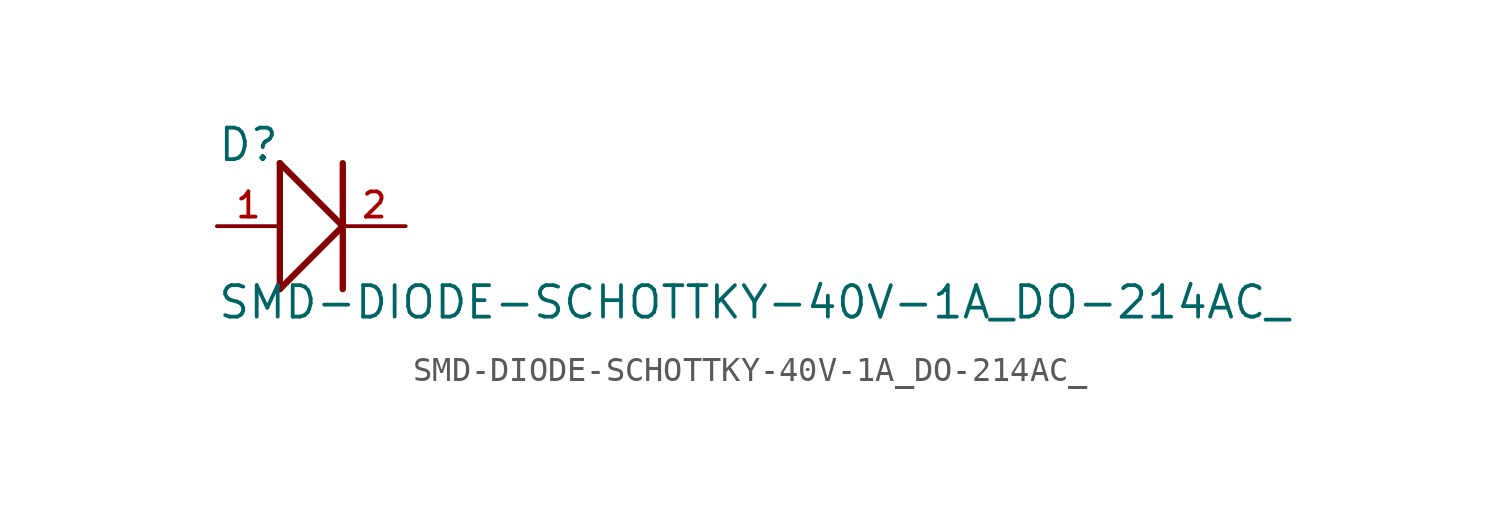
<source format=kicad_sym>
(kicad_symbol_lib
  (version 20211014)
  (generator kicad_symbol_editor)
  (symbol "SMD-DIODE-SCHOTTKY-40V-1A_DO-214AC_"
    (pin_names
      (offset 1.016))
    (property "Reference" "D"
      (at -3.812 2.541 0)
      (effects (font (size 1.27 1.27)) (justify bottom left)))
    (property "Value" "SMD-DIODE-SCHOTTKY-40V-1A_DO-214AC_"
      (at -3.814 -3.814 0)
      (effects (font (size 1.27 1.27)) (justify bottom left)))
    (symbol "SMD-DIODE-SCHOTTKY-40V-1A_DO-214AC__0_0"
      (polyline (pts (xy -1.27 -2.54) (xy -1.27 2.54)) (stroke (width 0.254)))
      (polyline (pts (xy -1.27 -2.54) (xy 1.27 0.0)) (stroke (width 0.254)))
      (polyline (pts (xy -1.27 2.54) (xy 1.27 0.0)) (stroke (width 0.254)))
      (polyline (pts (xy 1.27 2.54) (xy 1.27 -2.54)) (stroke (width 0.254)))
      (pin passive line (at -3.81 0.0 0) (length 2.54) (name "~" (effects (font (size 1.016 1.016)))) (number "1" (effects (font (size 1.016 1.016)))))
      (pin passive line (at 3.81 0.0 180.0) (length 2.54) (name "~" (effects (font (size 1.016 1.016)))) (number "2" (effects (font (size 1.016 1.016))))))))
</source>
